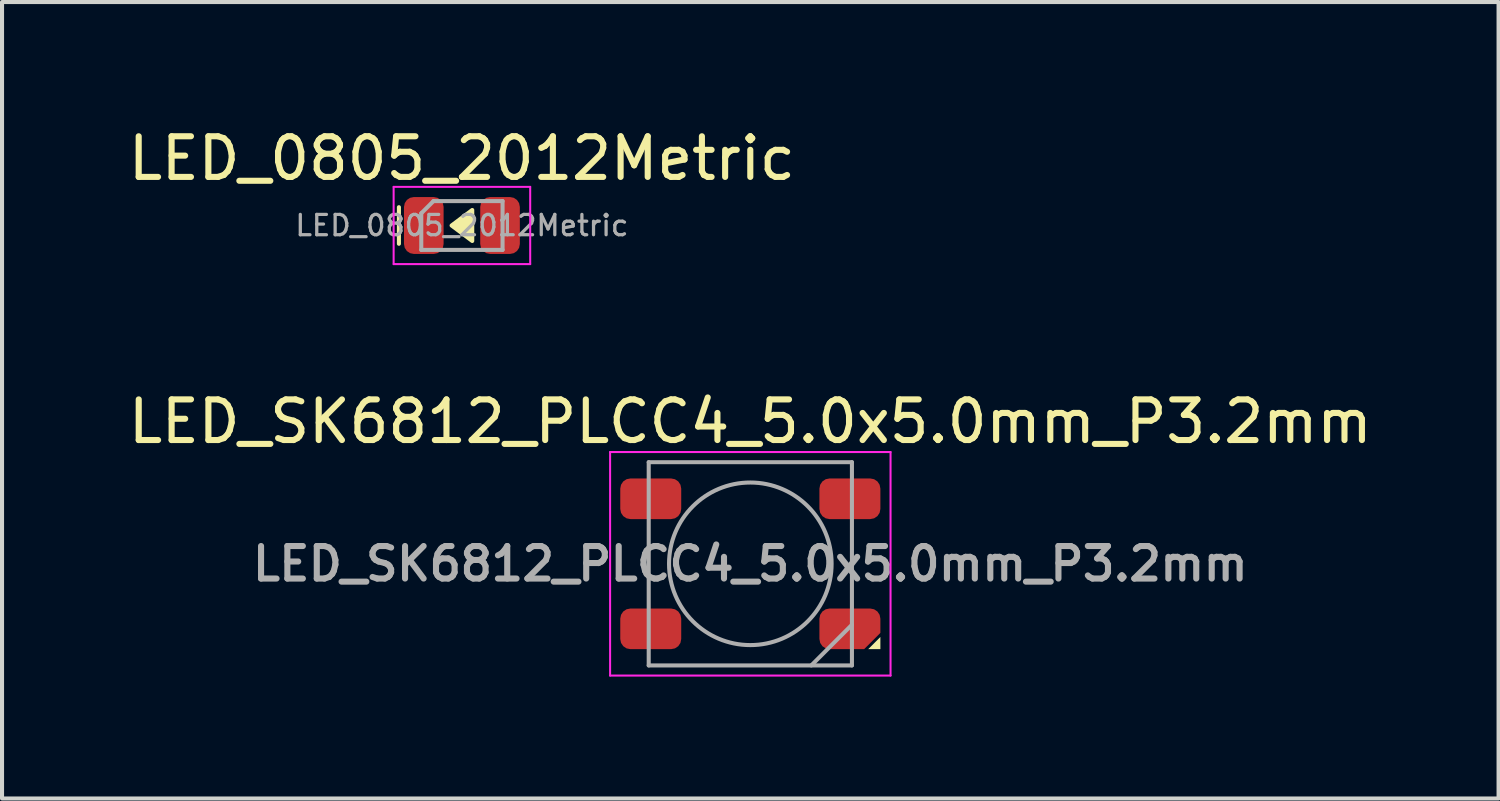
<source format=kicad_pcb>
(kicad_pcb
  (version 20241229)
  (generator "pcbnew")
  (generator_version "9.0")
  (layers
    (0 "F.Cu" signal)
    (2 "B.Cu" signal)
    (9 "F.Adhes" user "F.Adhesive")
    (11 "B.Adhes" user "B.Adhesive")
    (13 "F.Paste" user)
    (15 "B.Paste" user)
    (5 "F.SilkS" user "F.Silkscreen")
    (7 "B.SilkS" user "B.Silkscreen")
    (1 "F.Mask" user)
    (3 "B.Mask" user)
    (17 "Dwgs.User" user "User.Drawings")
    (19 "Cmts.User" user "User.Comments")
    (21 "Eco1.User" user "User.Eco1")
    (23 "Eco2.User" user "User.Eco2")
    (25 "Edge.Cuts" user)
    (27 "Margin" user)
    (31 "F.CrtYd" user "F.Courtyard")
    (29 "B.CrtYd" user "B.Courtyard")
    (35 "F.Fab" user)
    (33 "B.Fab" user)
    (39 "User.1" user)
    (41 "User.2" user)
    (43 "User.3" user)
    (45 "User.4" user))
  (footprint "LED_0805_2012Metric"
    (layer "F.Cu")
    (at 8.315 2.498)
    (property "Reference" "LED_0805_2012Metric" (at 0 -1.65 0) (layer "F.SilkS") (effects (font (size 1 1) (thickness 0.15))))
    (attr smd)
    (fp_line (start -1.55 0.45) (end -1.55 -0.45) (stroke (width 0.1) (type default)) (layer "F.SilkS"))
    (fp_poly (pts (xy 0.254 -0.381) (xy 0.254 0.381) (xy -0.254 0)) (stroke (width 0.1) (type solid)) (fill yes) (layer "F.SilkS"))
    (fp_line (start -1.68 -0.95) (end 1.68 -0.95) (stroke (width 0.05) (type solid)) (layer "F.CrtYd"))
    (fp_line (start -1.68 0.95) (end -1.68 -0.95) (stroke (width 0.05) (type solid)) (layer "F.CrtYd"))
    (fp_line (start 1.68 -0.95) (end 1.68 0.95) (stroke (width 0.05) (type solid)) (layer "F.CrtYd"))
    (fp_line (start 1.68 0.95) (end -1.68 0.95) (stroke (width 0.05) (type solid)) (layer "F.CrtYd"))
    (fp_line (start -1 -0.3) (end -1 0.6) (stroke (width 0.1) (type solid)) (layer "F.Fab"))
    (fp_line (start -1 0.6) (end 1 0.6) (stroke (width 0.1) (type solid)) (layer "F.Fab"))
    (fp_line (start -0.7 -0.6) (end -1 -0.3) (stroke (width 0.1) (type solid)) (layer "F.Fab"))
    (fp_line (start 1 -0.6) (end -0.7 -0.6) (stroke (width 0.1) (type solid)) (layer "F.Fab"))
    (fp_line (start 1 0.6) (end 1 -0.6) (stroke (width 0.1) (type solid)) (layer "F.Fab"))
    (fp_text user "${REFERENCE}" (at 0 0 0) (layer "F.Fab") (effects (font (size 0.5 0.5) (thickness 0.08))))
    (pad "1" smd roundrect (at -0.938 0) (size 0.975 1.4) (layers "F.Cu" "F.Mask" "F.Paste") (roundrect_rratio 0.25))
    (pad "2" smd roundrect (at 0.938 0) (size 0.975 1.4) (layers "F.Cu" "F.Mask" "F.Paste") (roundrect_rratio 0.25)))
  (footprint "LED_SK6812_PLCC4_5.0x5.0mm_P3.2mm"
    (layer "F.Cu")
    (at 15.411 10.822)
    (property "Reference" "LED_SK6812_PLCC4_5.0x5.0mm_P3.2mm" (at 0 -3.5 0) (layer "F.SilkS") (effects (font (size 1 1) (thickness 0.15))))
    (attr smd)
    (fp_poly (pts (xy 2.9 2.1) (xy 3.2 1.8) (xy 3.2 2.1)) (stroke (width 0) (type solid)) (fill yes) (layer "F.SilkS"))
    (fp_line (start -3.45 -2.75) (end -3.45 2.75) (stroke (width 0.05) (type solid)) (layer "F.CrtYd"))
    (fp_line (start -3.45 2.75) (end 3.45 2.75) (stroke (width 0.05) (type solid)) (layer "F.CrtYd"))
    (fp_line (start 3.45 -2.75) (end -3.45 -2.75) (stroke (width 0.05) (type solid)) (layer "F.CrtYd"))
    (fp_line (start 3.45 2.75) (end 3.45 -2.75) (stroke (width 0.05) (type solid)) (layer "F.CrtYd"))
    (fp_line (start -2.5 -2.5) (end -2.5 2.5) (stroke (width 0.1) (type solid)) (layer "F.Fab"))
    (fp_line (start -2.5 2.5) (end 2.5 2.5) (stroke (width 0.1) (type solid)) (layer "F.Fab"))
    (fp_line (start 2.5 -2.5) (end -2.5 -2.5) (stroke (width 0.1) (type solid)) (layer "F.Fab"))
    (fp_line (start 2.5 1.5) (end 1.5 2.5) (stroke (width 0.1) (type solid)) (layer "F.Fab"))
    (fp_line (start 2.5 2.5) (end 2.5 -2.5) (stroke (width 0.1) (type solid)) (layer "F.Fab"))
    (fp_circle (center 0 0) (end 0 -2) (stroke (width 0.1) (type solid)) (fill no) (layer "F.Fab"))
    (fp_text user "${REFERENCE}" (at 0 0 0) (layer "F.Fab") (effects (font (size 0.8 0.8) (thickness 0.15))))
    (pad "1" smd roundrect (at 2.45 1.6) (size 1.5 1) (layers "F.Cu" "F.Mask" "F.Paste") (roundrect_rratio 0.25) (chamfer_ratio 0.4) (chamfer bottom_right))
    (pad "2" smd roundrect (at 2.45 -1.6) (size 1.5 1) (layers "F.Cu" "F.Mask" "F.Paste") (roundrect_rratio 0.25))
    (pad "3" smd roundrect (at -2.45 -1.6) (size 1.5 1) (layers "F.Cu" "F.Mask" "F.Paste") (roundrect_rratio 0.25))
    (pad "4" smd roundrect (at -2.45 1.6) (size 1.5 1) (layers "F.Cu" "F.Mask" "F.Paste") (roundrect_rratio 0.25)))
  (gr_rect
    (start -3 -3)
    (end 33.821 16.596)
    (stroke (width 0.1) (type default))
    (fill no)
    (layer "Edge.Cuts")))
</source>
